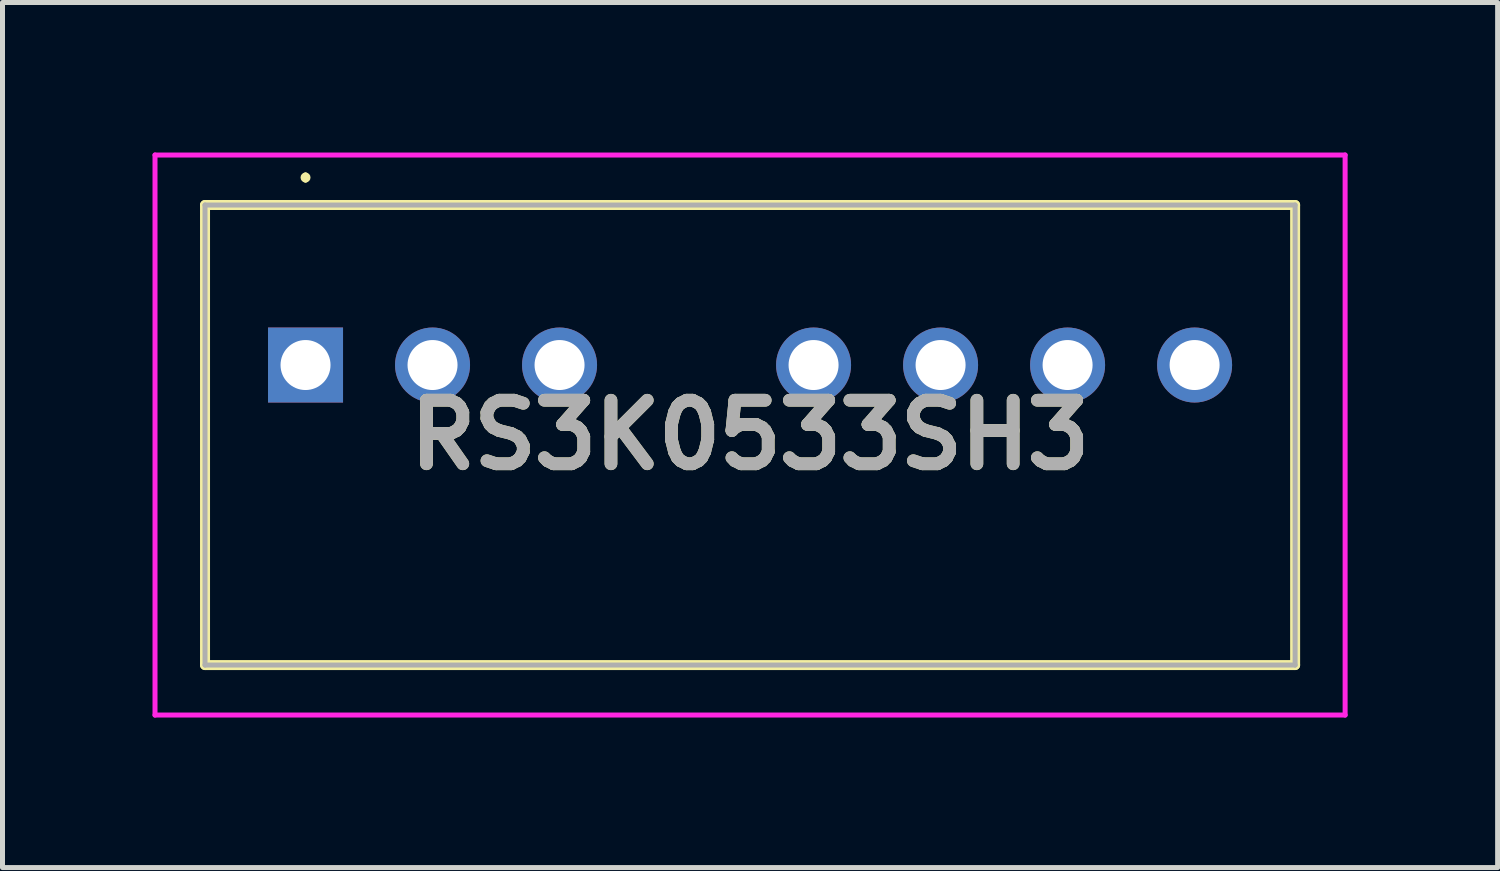
<source format=kicad_pcb>
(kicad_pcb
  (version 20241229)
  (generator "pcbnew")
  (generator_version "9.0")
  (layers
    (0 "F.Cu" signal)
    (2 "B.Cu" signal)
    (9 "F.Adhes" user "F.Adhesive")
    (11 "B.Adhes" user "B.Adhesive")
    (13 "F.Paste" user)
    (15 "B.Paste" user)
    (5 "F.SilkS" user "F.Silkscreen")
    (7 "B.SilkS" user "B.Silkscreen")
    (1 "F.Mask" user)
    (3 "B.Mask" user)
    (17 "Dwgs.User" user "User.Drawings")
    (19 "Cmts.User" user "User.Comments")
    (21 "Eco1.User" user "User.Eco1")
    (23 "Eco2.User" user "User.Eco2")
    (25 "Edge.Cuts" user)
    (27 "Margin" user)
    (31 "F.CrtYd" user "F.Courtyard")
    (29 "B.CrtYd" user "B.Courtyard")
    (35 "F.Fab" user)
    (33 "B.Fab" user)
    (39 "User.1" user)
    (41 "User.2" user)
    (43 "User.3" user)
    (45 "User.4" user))
  (footprint "RS3K0533SH3"
    (layer "F.Cu")
    (at 3.06 4.25)
    (property "Reference" "RS3K0533SH3" (at 8.89 1.4 0) (layer "F.SilkS") (effects (font (size 1.27 1.27) (thickness 0.254))))
    (attr through_hole)
    (fp_line (start -2.01 -3.2) (end 19.79 -3.2) (stroke (width 0.2) (type solid)) (layer "F.SilkS"))
    (fp_line (start -2.01 6) (end -2.01 -3.2) (stroke (width 0.2) (type solid)) (layer "F.SilkS"))
    (fp_line (start 0 -3.8) (end 0 -3.8) (stroke (width 0.1) (type solid)) (layer "F.SilkS"))
    (fp_line (start 0 -3.7) (end 0 -3.7) (stroke (width 0.1) (type solid)) (layer "F.SilkS"))
    (fp_line (start 19.79 -3.2) (end 19.79 6) (stroke (width 0.2) (type solid)) (layer "F.SilkS"))
    (fp_line (start 19.79 6) (end -2.01 6) (stroke (width 0.2) (type solid)) (layer "F.SilkS"))
    (fp_arc (start 0 -3.8) (mid 0.05 -3.75) (end 0 -3.7) (stroke (width 0.1) (type solid)) (layer "F.SilkS"))
    (fp_arc (start 0 -3.7) (mid -0.05 -3.75) (end 0 -3.8) (stroke (width 0.1) (type solid)) (layer "F.SilkS"))
    (fp_line (start -3.01 -4.2) (end 20.79 -4.2) (stroke (width 0.1) (type solid)) (layer "F.CrtYd"))
    (fp_line (start -3.01 7) (end -3.01 -4.2) (stroke (width 0.1) (type solid)) (layer "F.CrtYd"))
    (fp_line (start 20.79 -4.2) (end 20.79 7) (stroke (width 0.1) (type solid)) (layer "F.CrtYd"))
    (fp_line (start 20.79 7) (end -3.01 7) (stroke (width 0.1) (type solid)) (layer "F.CrtYd"))
    (fp_line (start -2.01 -3.2) (end 19.79 -3.2) (stroke (width 0.1) (type solid)) (layer "F.Fab"))
    (fp_line (start -2.01 6) (end -2.01 -3.2) (stroke (width 0.1) (type solid)) (layer "F.Fab"))
    (fp_line (start 19.79 -3.2) (end 19.79 6) (stroke (width 0.1) (type solid)) (layer "F.Fab"))
    (fp_line (start 19.79 6) (end -2.01 6) (stroke (width 0.1) (type solid)) (layer "F.Fab"))
    (fp_text user "${REFERENCE}" (at 8.89 1.4 0) (layer "F.Fab") (effects (font (size 1.27 1.27) (thickness 0.254))))
    (pad "1" thru_hole rect (at 0 0) (size 1.5 1.5) (drill 1) (layers "*.Cu" "*.Mask"))
    (pad "2" thru_hole circle (at 2.54 0) (size 1.5 1.5) (drill 1) (layers "*.Cu" "*.Mask"))
    (pad "3" thru_hole circle (at 5.08 0) (size 1.5 1.5) (drill 1) (layers "*.Cu" "*.Mask"))
    (pad "5" thru_hole circle (at 10.16 0) (size 1.5 1.5) (drill 1) (layers "*.Cu" "*.Mask"))
    (pad "6" thru_hole circle (at 12.7 0) (size 1.5 1.5) (drill 1) (layers "*.Cu" "*.Mask"))
    (pad "7" thru_hole circle (at 15.24 0) (size 1.5 1.5) (drill 1) (layers "*.Cu" "*.Mask"))
    (pad "8" thru_hole circle (at 17.78 0) (size 1.5 1.5) (drill 1) (layers "*.Cu" "*.Mask")))
  (gr_rect
    (start -3 -3)
    (end 26.9 14.3)
    (stroke (width 0.1) (type default))
    (fill no)
    (layer "Edge.Cuts")))
</source>
